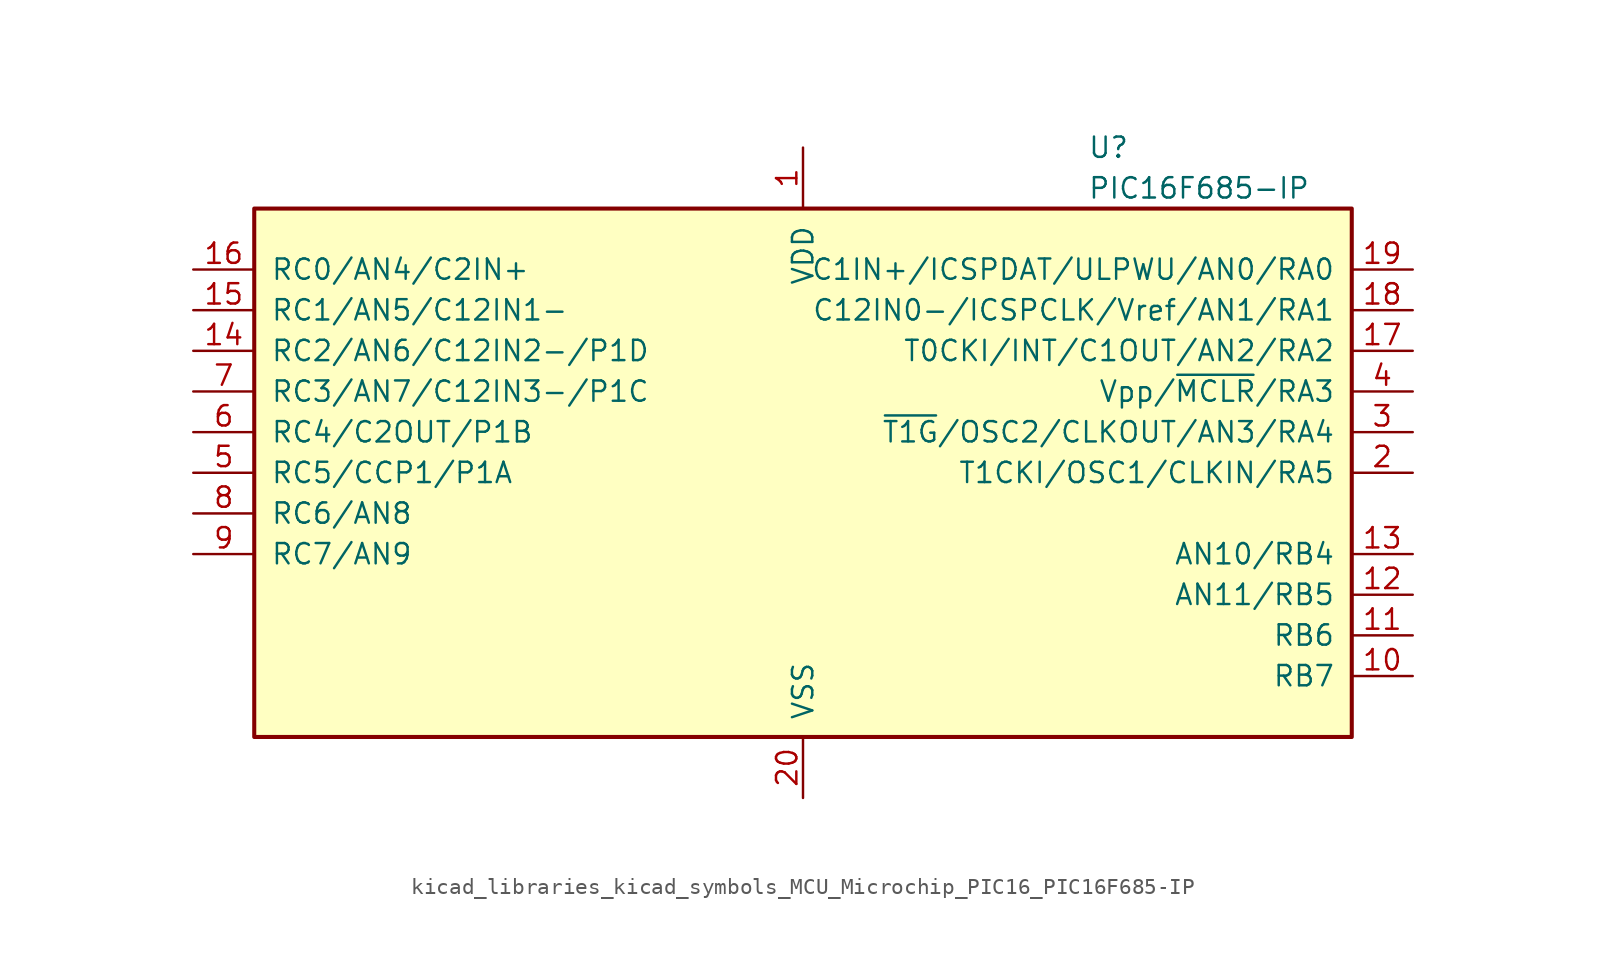
<source format=kicad_sym>
(kicad_symbol_lib
  (version 20220914)
  (generator kicad_symbol_editor)
  (symbol "kicad_libraries_kicad_symbols_MCU_Microchip_PIC16_PIC16F685-IP"
    (pin_names
      (offset 1.016))
    (property "Reference" "U"
      (at 17.78 20.32 0)
      (effects (font (size 1.27 1.27)) (justify left)))
    (property "Value" "PIC16F685-IP"
      (at 17.78 17.78 0)
      (effects (font (size 1.27 1.27)) (justify left)))
    (symbol "kicad_libraries_kicad_symbols_MCU_Microchip_PIC16_PIC16F685-IP_0_1"
      (rectangle (start -34.29 16.51) (end 34.29 -16.51) (stroke (width 0.254) (type default)) (fill (type background))))
    (symbol "kicad_libraries_kicad_symbols_MCU_Microchip_PIC16_PIC16F685-IP_1_1"
      (pin power_in line (at 0 20.32 270) (length 3.81) (name "VDD" (effects (font (size 1.27 1.27)))) (number "1" (effects (font (size 1.27 1.27)))))
      (pin bidirectional line (at 38.1 -12.7 180) (length 3.81) (name "RB7" (effects (font (size 1.27 1.27)))) (number "10" (effects (font (size 1.27 1.27)))))
      (pin bidirectional line (at 38.1 -10.16 180) (length 3.81) (name "RB6" (effects (font (size 1.27 1.27)))) (number "11" (effects (font (size 1.27 1.27)))))
      (pin bidirectional line (at 38.1 -7.62 180) (length 3.81) (name "AN11/RB5" (effects (font (size 1.27 1.27)))) (number "12" (effects (font (size 1.27 1.27)))))
      (pin bidirectional line (at 38.1 -5.08 180) (length 3.81) (name "AN10/RB4" (effects (font (size 1.27 1.27)))) (number "13" (effects (font (size 1.27 1.27)))))
      (pin bidirectional line (at -38.1 7.62 0) (length 3.81) (name "RC2/AN6/C12IN2-/P1D" (effects (font (size 1.27 1.27)))) (number "14" (effects (font (size 1.27 1.27)))))
      (pin bidirectional line (at -38.1 10.16 0) (length 3.81) (name "RC1/AN5/C12IN1-" (effects (font (size 1.27 1.27)))) (number "15" (effects (font (size 1.27 1.27)))))
      (pin bidirectional line (at -38.1 12.7 0) (length 3.81) (name "RC0/AN4/C2IN+" (effects (font (size 1.27 1.27)))) (number "16" (effects (font (size 1.27 1.27)))))
      (pin bidirectional line (at 38.1 7.62 180) (length 3.81) (name "T0CKI/INT/C1OUT/AN2/RA2" (effects (font (size 1.27 1.27)))) (number "17" (effects (font (size 1.27 1.27)))))
      (pin bidirectional line (at 38.1 10.16 180) (length 3.81) (name "C12IN0-/ICSPCLK/Vref/AN1/RA1" (effects (font (size 1.27 1.27)))) (number "18" (effects (font (size 1.27 1.27)))))
      (pin bidirectional line (at 38.1 12.7 180) (length 3.81) (name "C1IN+/ICSPDAT/ULPWU/AN0/RA0" (effects (font (size 1.27 1.27)))) (number "19" (effects (font (size 1.27 1.27)))))
      (pin bidirectional line (at 38.1 0 180) (length 3.81) (name "T1CKI/OSC1/CLKIN/RA5" (effects (font (size 1.27 1.27)))) (number "2" (effects (font (size 1.27 1.27)))))
      (pin power_in line (at 0 -20.32 90) (length 3.81) (name "VSS" (effects (font (size 1.27 1.27)))) (number "20" (effects (font (size 1.27 1.27)))))
      (pin bidirectional line (at 38.1 2.54 180) (length 3.81) (name "~{T1G}/OSC2/CLKOUT/AN3/RA4" (effects (font (size 1.27 1.27)))) (number "3" (effects (font (size 1.27 1.27)))))
      (pin input line (at 38.1 5.08 180) (length 3.81) (name "Vpp/~{MCLR}/RA3" (effects (font (size 1.27 1.27)))) (number "4" (effects (font (size 1.27 1.27)))))
      (pin bidirectional line (at -38.1 0 0) (length 3.81) (name "RC5/CCP1/P1A" (effects (font (size 1.27 1.27)))) (number "5" (effects (font (size 1.27 1.27)))))
      (pin bidirectional line (at -38.1 2.54 0) (length 3.81) (name "RC4/C2OUT/P1B" (effects (font (size 1.27 1.27)))) (number "6" (effects (font (size 1.27 1.27)))))
      (pin bidirectional line (at -38.1 5.08 0) (length 3.81) (name "RC3/AN7/C12IN3-/P1C" (effects (font (size 1.27 1.27)))) (number "7" (effects (font (size 1.27 1.27)))))
      (pin bidirectional line (at -38.1 -2.54 0) (length 3.81) (name "RC6/AN8" (effects (font (size 1.27 1.27)))) (number "8" (effects (font (size 1.27 1.27)))))
      (pin bidirectional line (at -38.1 -5.08 0) (length 3.81) (name "RC7/AN9" (effects (font (size 1.27 1.27)))) (number "9" (effects (font (size 1.27 1.27))))))))
</source>
